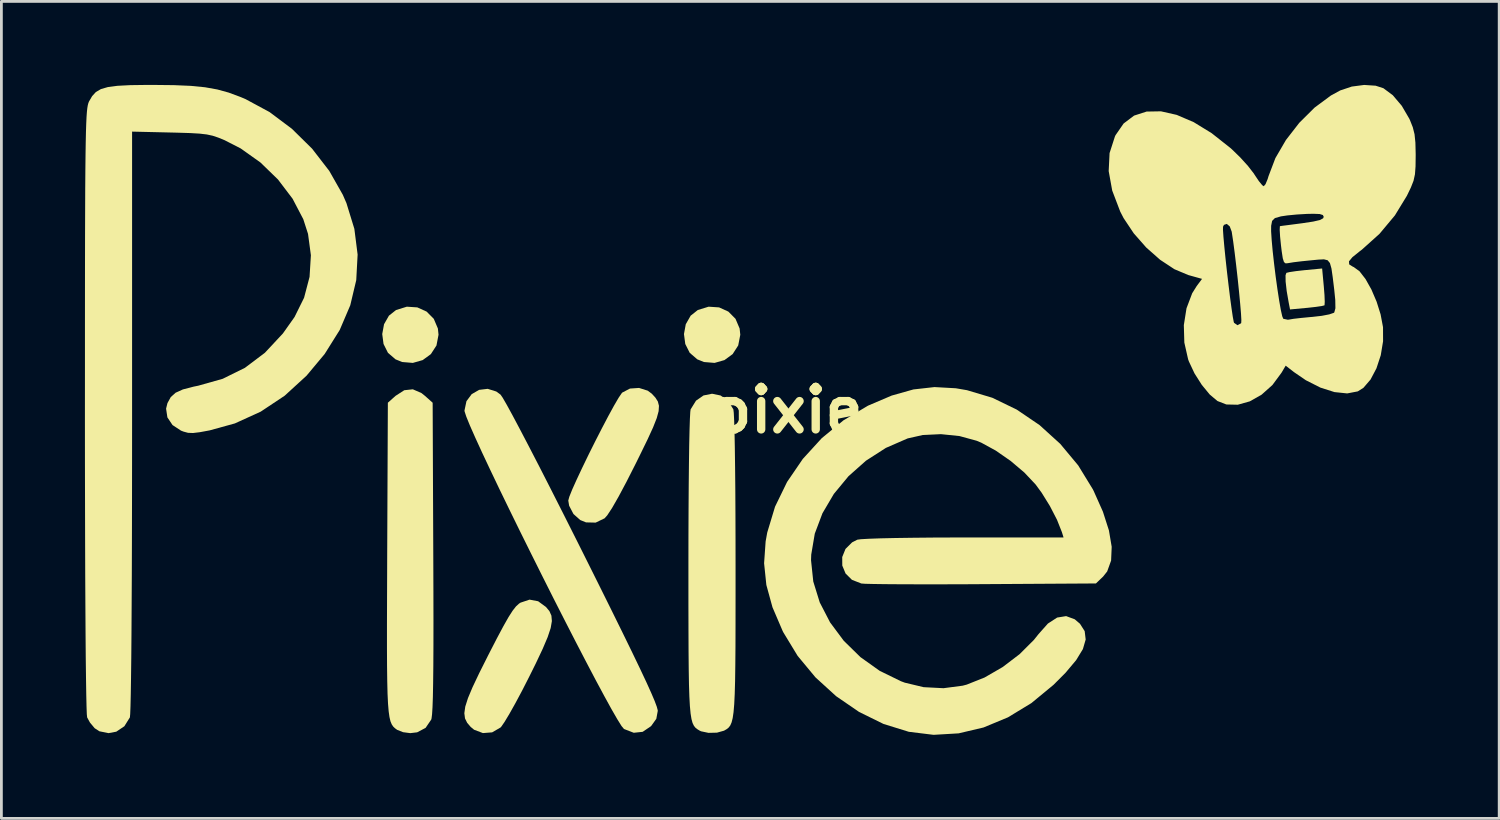
<source format=kicad_pcb>
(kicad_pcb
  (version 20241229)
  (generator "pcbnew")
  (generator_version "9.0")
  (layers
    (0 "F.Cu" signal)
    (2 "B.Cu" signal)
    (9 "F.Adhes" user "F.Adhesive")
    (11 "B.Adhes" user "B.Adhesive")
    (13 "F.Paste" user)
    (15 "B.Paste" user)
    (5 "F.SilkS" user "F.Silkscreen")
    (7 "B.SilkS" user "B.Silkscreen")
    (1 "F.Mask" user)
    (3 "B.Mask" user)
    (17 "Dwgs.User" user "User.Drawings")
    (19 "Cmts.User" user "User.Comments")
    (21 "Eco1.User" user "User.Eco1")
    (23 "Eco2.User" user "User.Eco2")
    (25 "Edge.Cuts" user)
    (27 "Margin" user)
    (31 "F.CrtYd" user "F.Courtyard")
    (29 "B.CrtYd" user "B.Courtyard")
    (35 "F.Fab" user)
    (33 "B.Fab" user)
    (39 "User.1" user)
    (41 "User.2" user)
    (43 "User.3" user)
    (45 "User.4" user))
  (footprint "pixie"
    (layer "F.Cu")
    (at 25.231 11.682)
    (property "Reference" "pixie" (at 0 0 0) (layer "F.SilkS") (effects (font (size 1.524 1.524) (thickness 0.3))))
    (attr board_only exclude_from_pos_files exclude_from_bom)
    (fp_poly (pts (xy -13.292 -3.692) (xy -12.959 -3.541) (xy -12.702 -3.282) (xy -12.554 -2.934) (xy -12.531 -2.709) (xy -12.605 -2.324) (xy -12.806 -2.014) (xy -13.1 -1.799) (xy -13.454 -1.698) (xy -13.836 -1.73) (xy -14.075 -1.826) (xy -14.347 -2.06) (xy -14.506 -2.377) (xy -14.553 -2.734) (xy -14.488 -3.087) (xy -14.312 -3.395) (xy -14.057 -3.597) (xy -13.669 -3.717)) (stroke (width 0) (type solid)) (fill yes) (layer "F.SilkS"))
    (fp_poly (pts (xy -2.454 -3.692) (xy -2.122 -3.541) (xy -1.865 -3.282) (xy -1.717 -2.934) (xy -1.693 -2.709) (xy -1.768 -2.324) (xy -1.968 -2.014) (xy -2.262 -1.799) (xy -2.617 -1.698) (xy -2.998 -1.73) (xy -3.237 -1.826) (xy -3.509 -2.06) (xy -3.669 -2.377) (xy -3.716 -2.734) (xy -3.651 -3.087) (xy -3.475 -3.395) (xy -3.22 -3.597) (xy -2.831 -3.717)) (stroke (width 0) (type solid)) (fill yes) (layer "F.SilkS"))
    (fp_poly (pts (xy 19.264 -4.446) (xy 19.289 -4.134) (xy 19.298 -3.896) (xy 19.291 -3.773) (xy 19.288 -3.766) (xy 19.192 -3.741) (xy 18.973 -3.709) (xy 18.677 -3.676) (xy 18.652 -3.674) (xy 18.052 -3.618) (xy 18.004 -3.862) (xy 17.931 -4.281) (xy 17.893 -4.619) (xy 17.89 -4.846) (xy 17.92 -4.932) (xy 18.035 -4.96) (xy 18.269 -4.995) (xy 18.574 -5.029) (xy 18.598 -5.031) (xy 19.204 -5.089)) (stroke (width 0) (type solid)) (fill yes) (layer "F.SilkS"))
    (fp_poly (pts (xy -5.018 -0.701) (xy -4.87 -0.591) (xy -4.741 -0.45) (xy -4.654 -0.312) (xy -4.614 -0.158) (xy -4.626 0.035) (xy -4.694 0.285) (xy -4.824 0.615) (xy -5.02 1.043) (xy -5.287 1.591) (xy -5.447 1.915) (xy -5.78 2.571) (xy -6.065 3.106) (xy -6.297 3.511) (xy -6.472 3.777) (xy -6.566 3.883) (xy -6.887 4.038) (xy -7.233 4.03) (xy -7.441 3.946) (xy -7.685 3.729) (xy -7.84 3.431) (xy -7.871 3.245) (xy -7.834 3.109) (xy -7.73 2.85) (xy -7.571 2.496) (xy -7.372 2.072) (xy -7.146 1.605) (xy -6.905 1.122) (xy -6.663 0.649) (xy -6.434 0.213) (xy -6.23 -0.16) (xy -6.065 -0.443) (xy -5.952 -0.61) (xy -5.931 -0.633) (xy -5.655 -0.777) (xy -5.329 -0.799)) (stroke (width 0) (type solid)) (fill yes) (layer "F.SilkS"))
    (fp_poly (pts (xy -8.954 6.862) (xy -8.671 7.069) (xy -8.549 7.216) (xy -8.477 7.378) (xy -8.46 7.574) (xy -8.503 7.825) (xy -8.611 8.15) (xy -8.789 8.569) (xy -9.04 9.101) (xy -9.276 9.576) (xy -9.528 10.07) (xy -9.77 10.523) (xy -9.986 10.908) (xy -10.162 11.2) (xy -10.282 11.373) (xy -10.304 11.396) (xy -10.605 11.571) (xy -10.937 11.597) (xy -11.254 11.477) (xy -11.376 11.376) (xy -11.502 11.229) (xy -11.58 11.071) (xy -11.604 10.884) (xy -11.571 10.647) (xy -11.474 10.342) (xy -11.309 9.949) (xy -11.072 9.449) (xy -10.758 8.823) (xy -10.728 8.764) (xy -10.433 8.191) (xy -10.199 7.753) (xy -10.015 7.428) (xy -9.868 7.199) (xy -9.747 7.045) (xy -9.639 6.947) (xy -9.587 6.913) (xy -9.262 6.804)) (stroke (width 0) (type solid)) (fill yes) (layer "F.SilkS"))
    (fp_poly (pts (xy -13.144 -0.615) (xy -13.019 -0.515) (xy -12.742 -0.268) (xy -12.719 5.304) (xy -12.715 6.511) (xy -12.713 7.557) (xy -12.714 8.451) (xy -12.718 9.2) (xy -12.725 9.813) (xy -12.734 10.299) (xy -12.747 10.665) (xy -12.763 10.92) (xy -12.782 11.072) (xy -12.794 11.114) (xy -12.996 11.41) (xy -13.299 11.57) (xy -13.547 11.599) (xy -13.805 11.565) (xy -14.017 11.481) (xy -14.024 11.476) (xy -14.097 11.422) (xy -14.159 11.362) (xy -14.212 11.283) (xy -14.257 11.174) (xy -14.293 11.021) (xy -14.322 10.814) (xy -14.345 10.538) (xy -14.362 10.183) (xy -14.373 9.736) (xy -14.38 9.185) (xy -14.383 8.517) (xy -14.383 7.721) (xy -14.38 6.783) (xy -14.376 5.693) (xy -14.375 5.304) (xy -14.351 -0.268) (xy -14.074 -0.515) (xy -13.761 -0.717) (xy -13.454 -0.75)) (stroke (width 0) (type solid)) (fill yes) (layer "F.SilkS"))
    (fp_poly (pts (xy -10.457 -0.671) (xy -10.303 -0.558) (xy -10.226 -0.446) (xy -10.08 -0.193) (xy -9.87 0.191) (xy -9.603 0.694) (xy -9.282 1.308) (xy -8.914 2.02) (xy -8.505 2.821) (xy -8.06 3.699) (xy -7.584 4.645) (xy -7.37 5.072) (xy -6.814 6.186) (xy -6.332 7.157) (xy -5.92 7.993) (xy -5.573 8.704) (xy -5.288 9.297) (xy -5.061 9.78) (xy -4.889 10.161) (xy -4.767 10.448) (xy -4.692 10.65) (xy -4.659 10.775) (xy -4.657 10.801) (xy -4.709 11.084) (xy -4.888 11.335) (xy -4.904 11.352) (xy -5.199 11.552) (xy -5.519 11.586) (xy -5.865 11.452) (xy -5.871 11.449) (xy -5.958 11.344) (xy -6.11 11.1) (xy -6.321 10.734) (xy -6.582 10.259) (xy -6.887 9.691) (xy -7.227 9.044) (xy -7.596 8.334) (xy -7.986 7.574) (xy -8.39 6.781) (xy -8.799 5.968) (xy -9.207 5.151) (xy -9.607 4.344) (xy -9.99 3.563) (xy -10.35 2.821) (xy -10.678 2.134) (xy -10.968 1.518) (xy -11.212 0.985) (xy -11.403 0.553) (xy -11.533 0.234) (xy -11.595 0.045) (xy -11.599 0.013) (xy -11.528 -0.323) (xy -11.34 -0.576) (xy -11.073 -0.73) (xy -10.766 -0.767)) (stroke (width 0) (type solid)) (fill yes) (layer "F.SilkS"))
    (fp_poly (pts (xy -2.401 -0.528) (xy -2.132 -0.339) (xy -1.942 -0.029) (xy -1.927 0.096) (xy -1.913 0.377) (xy -1.9 0.804) (xy -1.889 1.365) (xy -1.88 2.047) (xy -1.872 2.838) (xy -1.867 3.727) (xy -1.864 4.702) (xy -1.863 5.555) (xy -1.863 6.679) (xy -1.864 7.646) (xy -1.866 8.469) (xy -1.872 9.159) (xy -1.88 9.729) (xy -1.893 10.191) (xy -1.911 10.559) (xy -1.935 10.843) (xy -1.966 11.056) (xy -2.005 11.212) (xy -2.052 11.321) (xy -2.109 11.397) (xy -2.176 11.452) (xy -2.254 11.498) (xy -2.281 11.512) (xy -2.531 11.582) (xy -2.836 11.589) (xy -3.102 11.533) (xy -3.154 11.508) (xy -3.233 11.46) (xy -3.301 11.407) (xy -3.358 11.336) (xy -3.407 11.235) (xy -3.446 11.092) (xy -3.478 10.894) (xy -3.503 10.628) (xy -3.522 10.283) (xy -3.536 9.847) (xy -3.545 9.305) (xy -3.551 8.647) (xy -3.554 7.86) (xy -3.556 6.932) (xy -3.556 5.849) (xy -3.556 5.555) (xy -3.555 4.52) (xy -3.551 3.56) (xy -3.545 2.687) (xy -3.537 1.915) (xy -3.528 1.254) (xy -3.516 0.717) (xy -3.503 0.315) (xy -3.489 0.061) (xy -3.477 -0.029) (xy -3.283 -0.342) (xy -3.014 -0.529) (xy -2.707 -0.591)) (stroke (width 0) (type solid)) (fill yes) (layer "F.SilkS"))
    (fp_poly (pts (xy 6.048 -0.787) (xy 6.45 -0.718) (xy 7.359 -0.446) (xy 8.234 -0.022) (xy 9.055 0.535) (xy 9.798 1.209) (xy 10.443 1.983) (xy 10.967 2.838) (xy 10.997 2.897) (xy 11.331 3.646) (xy 11.547 4.319) (xy 11.646 4.907) (xy 11.625 5.401) (xy 11.484 5.792) (xy 11.337 5.977) (xy 11.08 6.223) (xy 7.001 6.248) (xy 6.176 6.253) (xy 5.397 6.254) (xy 4.68 6.254) (xy 4.043 6.252) (xy 3.505 6.248) (xy 3.082 6.242) (xy 2.793 6.235) (xy 2.656 6.225) (xy 2.655 6.225) (xy 2.317 6.093) (xy 2.088 5.866) (xy 1.97 5.581) (xy 1.968 5.274) (xy 2.085 4.984) (xy 2.323 4.747) (xy 2.511 4.651) (xy 2.641 4.634) (xy 2.923 4.618) (xy 3.34 4.603) (xy 3.875 4.591) (xy 4.511 4.582) (xy 5.229 4.575) (xy 6.014 4.572) (xy 6.319 4.572) (xy 9.917 4.572) (xy 9.858 4.381) (xy 9.683 3.939) (xy 9.427 3.443) (xy 9.129 2.962) (xy 8.912 2.667) (xy 8.511 2.241) (xy 8.016 1.822) (xy 7.482 1.451) (xy 6.964 1.168) (xy 6.793 1.097) (xy 6.178 0.929) (xy 5.513 0.861) (xy 4.86 0.892) (xy 4.318 1.014) (xy 3.535 1.355) (xy 2.821 1.814) (xy 2.193 2.372) (xy 1.667 3.008) (xy 1.258 3.702) (xy 0.982 4.435) (xy 0.855 5.186) (xy 0.848 5.389) (xy 0.928 6.153) (xy 1.161 6.905) (xy 1.532 7.622) (xy 2.025 8.284) (xy 2.624 8.87) (xy 3.313 9.361) (xy 4.077 9.735) (xy 4.217 9.787) (xy 4.891 9.948) (xy 5.605 9.985) (xy 6.292 9.895) (xy 6.44 9.856) (xy 7.081 9.601) (xy 7.731 9.225) (xy 8.338 8.763) (xy 8.85 8.253) (xy 9.017 8.044) (xy 9.354 7.664) (xy 9.687 7.448) (xy 10.01 7.396) (xy 10.319 7.51) (xy 10.507 7.671) (xy 10.676 7.936) (xy 10.712 8.236) (xy 10.612 8.58) (xy 10.37 8.977) (xy 9.985 9.435) (xy 9.556 9.865) (xy 8.762 10.52) (xy 7.92 11.032) (xy 7.043 11.396) (xy 6.148 11.607) (xy 5.249 11.66) (xy 4.361 11.551) (xy 4.36 11.551) (xy 3.45 11.269) (xy 2.572 10.837) (xy 1.75 10.273) (xy 1.007 9.596) (xy 0.367 8.825) (xy -0.148 7.978) (xy -0.172 7.93) (xy -0.537 7.078) (xy -0.757 6.277) (xy -0.838 5.498) (xy -0.783 4.714) (xy -0.725 4.393) (xy -0.445 3.466) (xy -0.013 2.578) (xy 0.552 1.751) (xy 1.233 1.005) (xy 2.013 0.364) (xy 2.874 -0.151) (xy 2.907 -0.168) (xy 3.745 -0.525) (xy 4.525 -0.745) (xy 5.282 -0.83)) (stroke (width 0) (type solid)) (fill yes) (layer "F.SilkS"))
    (fp_poly (pts (xy -22.033 -11.674) (xy -21.425 -11.648) (xy -20.918 -11.598) (xy -20.476 -11.519) (xy -20.066 -11.406) (xy -19.654 -11.253) (xy -19.458 -11.17) (xy -18.601 -10.708) (xy -17.797 -10.106) (xy -17.073 -9.393) (xy -16.455 -8.594) (xy -15.969 -7.737) (xy -15.838 -7.436) (xy -15.554 -6.513) (xy -15.437 -5.589) (xy -15.486 -4.672) (xy -15.701 -3.767) (xy -16.08 -2.88) (xy -16.621 -2.017) (xy -17.272 -1.238) (xy -18.057 -0.52) (xy -18.918 0.053) (xy -19.844 0.475) (xy -20.745 0.724) (xy -21.106 0.791) (xy -21.35 0.82) (xy -21.528 0.813) (xy -21.688 0.77) (xy -21.781 0.734) (xy -22.085 0.534) (xy -22.269 0.259) (xy -22.316 -0.055) (xy -22.267 -0.254) (xy -22.148 -0.47) (xy -21.974 -0.627) (xy -21.711 -0.746) (xy -21.325 -0.846) (xy -21.163 -0.879) (xy -20.283 -1.127) (xy -19.485 -1.521) (xy -18.766 -2.063) (xy -18.121 -2.755) (xy -17.703 -3.345) (xy -17.36 -4.038) (xy -17.163 -4.788) (xy -17.115 -5.564) (xy -17.218 -6.331) (xy -17.388 -6.859) (xy -17.773 -7.595) (xy -18.296 -8.284) (xy -18.928 -8.897) (xy -19.639 -9.402) (xy -20.217 -9.698) (xy -20.442 -9.79) (xy -20.642 -9.857) (xy -20.854 -9.903) (xy -21.113 -9.933) (xy -21.454 -9.953) (xy -21.914 -9.967) (xy -22.162 -9.973) (xy -23.537 -10.005) (xy -23.537 0.411) (xy -23.538 1.934) (xy -23.54 3.364) (xy -23.543 4.694) (xy -23.547 5.918) (xy -23.553 7.028) (xy -23.559 8.017) (xy -23.566 8.879) (xy -23.575 9.607) (xy -23.584 10.193) (xy -23.594 10.631) (xy -23.605 10.914) (xy -23.616 11.034) (xy -23.617 11.035) (xy -23.815 11.352) (xy -24.105 11.547) (xy -24.384 11.599) (xy -24.712 11.532) (xy -24.881 11.422) (xy -25.05 11.219) (xy -25.151 11.035) (xy -25.163 10.921) (xy -25.173 10.644) (xy -25.183 10.211) (xy -25.192 9.629) (xy -25.201 8.904) (xy -25.208 8.044) (xy -25.214 7.055) (xy -25.22 5.944) (xy -25.224 4.717) (xy -25.227 3.382) (xy -25.23 1.945) (xy -25.231 0.412) (xy -25.231 0.016) (xy -25.23 -1.564) (xy -25.23 -2.983) (xy -25.229 -4.25) (xy -25.228 -5.374) (xy -25.226 -6.365) (xy -25.223 -7.23) (xy -25.22 -7.98) (xy -25.215 -8.621) (xy -25.209 -9.165) (xy -25.202 -9.618) (xy -25.194 -9.991) (xy -25.184 -10.292) (xy -25.173 -10.529) (xy -25.16 -10.712) (xy -25.145 -10.85) (xy -25.128 -10.951) (xy -25.109 -11.024) (xy -25.088 -11.079) (xy -25.082 -11.091) (xy -24.971 -11.281) (xy -24.837 -11.427) (xy -24.657 -11.532) (xy -24.407 -11.605) (xy -24.065 -11.65) (xy -23.608 -11.674) (xy -23.013 -11.682) (xy -22.775 -11.682)) (stroke (width 0) (type solid)) (fill yes) (layer "F.SilkS"))
    (fp_poly (pts (xy 21.126 -11.654) (xy 21.404 -11.564) (xy 21.743 -11.311) (xy 22.064 -10.932) (xy 22.334 -10.47) (xy 22.357 -10.421) (xy 22.46 -10.162) (xy 22.523 -9.911) (xy 22.554 -9.609) (xy 22.564 -9.202) (xy 22.564 -9.146) (xy 22.559 -8.754) (xy 22.538 -8.472) (xy 22.487 -8.24) (xy 22.392 -7.998) (xy 22.248 -7.7) (xy 21.818 -6.996) (xy 21.265 -6.334) (xy 20.635 -5.768) (xy 20.562 -5.713) (xy 20.294 -5.498) (xy 20.168 -5.346) (xy 20.176 -5.236) (xy 20.312 -5.151) (xy 20.338 -5.141) (xy 20.545 -4.991) (xy 20.763 -4.71) (xy 20.974 -4.334) (xy 21.16 -3.899) (xy 21.304 -3.442) (xy 21.388 -2.997) (xy 21.391 -2.974) (xy 21.393 -2.476) (xy 21.31 -1.974) (xy 21.155 -1.503) (xy 20.943 -1.101) (xy 20.688 -0.804) (xy 20.484 -0.675) (xy 20.104 -0.602) (xy 19.647 -0.65) (xy 19.142 -0.811) (xy 18.619 -1.076) (xy 18.197 -1.365) (xy 17.895 -1.599) (xy 17.745 -1.345) (xy 17.419 -0.904) (xy 17.03 -0.557) (xy 16.606 -0.317) (xy 16.175 -0.196) (xy 15.764 -0.205) (xy 15.445 -0.329) (xy 15.169 -0.561) (xy 14.883 -0.908) (xy 14.621 -1.32) (xy 14.42 -1.748) (xy 14.391 -1.827) (xy 14.255 -2.429) (xy 14.237 -3.055) (xy 14.333 -3.66) (xy 14.537 -4.199) (xy 14.696 -4.454) (xy 14.891 -4.716) (xy 14.396 -4.854) (xy 13.899 -5.063) (xy 13.385 -5.402) (xy 12.887 -5.842) (xy 12.439 -6.351) (xy 12.357 -6.474) (xy 15.643 -6.474) (xy 15.66 -6.223) (xy 15.692 -5.868) (xy 15.735 -5.441) (xy 15.786 -4.975) (xy 15.842 -4.501) (xy 15.897 -4.052) (xy 15.95 -3.66) (xy 15.995 -3.356) (xy 16.029 -3.173) (xy 16.041 -3.138) (xy 16.164 -3.052) (xy 16.289 -3.119) (xy 16.298 -3.133) (xy 16.303 -3.236) (xy 16.29 -3.475) (xy 16.261 -3.821) (xy 16.221 -4.242) (xy 16.173 -4.707) (xy 16.119 -5.185) (xy 16.064 -5.646) (xy 16.01 -6.058) (xy 15.96 -6.389) (xy 15.956 -6.413) (xy 15.952 -6.424) (xy 17.372 -6.424) (xy 17.392 -6.109) (xy 17.428 -5.712) (xy 17.478 -5.265) (xy 17.536 -4.797) (xy 17.599 -4.343) (xy 17.662 -3.932) (xy 17.721 -3.597) (xy 17.772 -3.37) (xy 17.809 -3.283) (xy 17.973 -3.248) (xy 18.034 -3.257) (xy 18.174 -3.281) (xy 18.434 -3.311) (xy 18.763 -3.343) (xy 18.858 -3.351) (xy 19.191 -3.389) (xy 19.461 -3.441) (xy 19.622 -3.496) (xy 19.641 -3.512) (xy 19.681 -3.66) (xy 19.676 -3.958) (xy 19.639 -4.327) (xy 19.584 -4.779) (xy 19.539 -5.09) (xy 19.484 -5.284) (xy 19.401 -5.385) (xy 19.269 -5.418) (xy 19.069 -5.408) (xy 18.813 -5.383) (xy 18.474 -5.349) (xy 18.183 -5.314) (xy 17.997 -5.284) (xy 17.983 -5.281) (xy 17.894 -5.272) (xy 17.834 -5.319) (xy 17.791 -5.454) (xy 17.752 -5.708) (xy 17.726 -5.921) (xy 17.694 -6.237) (xy 17.68 -6.477) (xy 17.686 -6.602) (xy 17.692 -6.61) (xy 17.791 -6.624) (xy 18.017 -6.653) (xy 18.331 -6.694) (xy 18.5 -6.716) (xy 18.883 -6.774) (xy 19.122 -6.829) (xy 19.239 -6.891) (xy 19.262 -6.943) (xy 19.231 -7.009) (xy 19.117 -7.045) (xy 18.888 -7.054) (xy 18.655 -7.049) (xy 18.295 -7.028) (xy 17.954 -6.995) (xy 17.724 -6.961) (xy 17.508 -6.899) (xy 17.408 -6.799) (xy 17.373 -6.623) (xy 17.372 -6.424) (xy 15.952 -6.424) (xy 15.886 -6.601) (xy 15.78 -6.69) (xy 15.679 -6.656) (xy 15.645 -6.59) (xy 15.643 -6.474) (xy 12.357 -6.474) (xy 12.074 -6.898) (xy 11.952 -7.134) (xy 11.665 -7.887) (xy 11.538 -8.587) (xy 11.57 -9.234) (xy 11.762 -9.83) (xy 11.783 -9.875) (xy 12.075 -10.297) (xy 12.45 -10.58) (xy 12.9 -10.725) (xy 13.414 -10.734) (xy 13.981 -10.606) (xy 14.591 -10.345) (xy 15.235 -9.95) (xy 15.901 -9.424) (xy 15.969 -9.364) (xy 16.264 -9.077) (xy 16.541 -8.771) (xy 16.75 -8.501) (xy 16.78 -8.453) (xy 16.93 -8.23) (xy 17.052 -8.081) (xy 17.107 -8.043) (xy 17.171 -8.117) (xy 17.248 -8.303) (xy 17.278 -8.403) (xy 17.525 -9.053) (xy 17.905 -9.705) (xy 18.385 -10.323) (xy 18.934 -10.868) (xy 19.52 -11.302) (xy 19.854 -11.484) (xy 20.27 -11.623) (xy 20.714 -11.681)) (stroke (width 0) (type solid)) (fill yes) (layer "F.SilkS")))
  (gr_rect
    (start -3 -3)
    (end 50.794 26.343)
    (stroke (width 0.1) (type default))
    (fill no)
    (layer "Edge.Cuts")))
</source>
